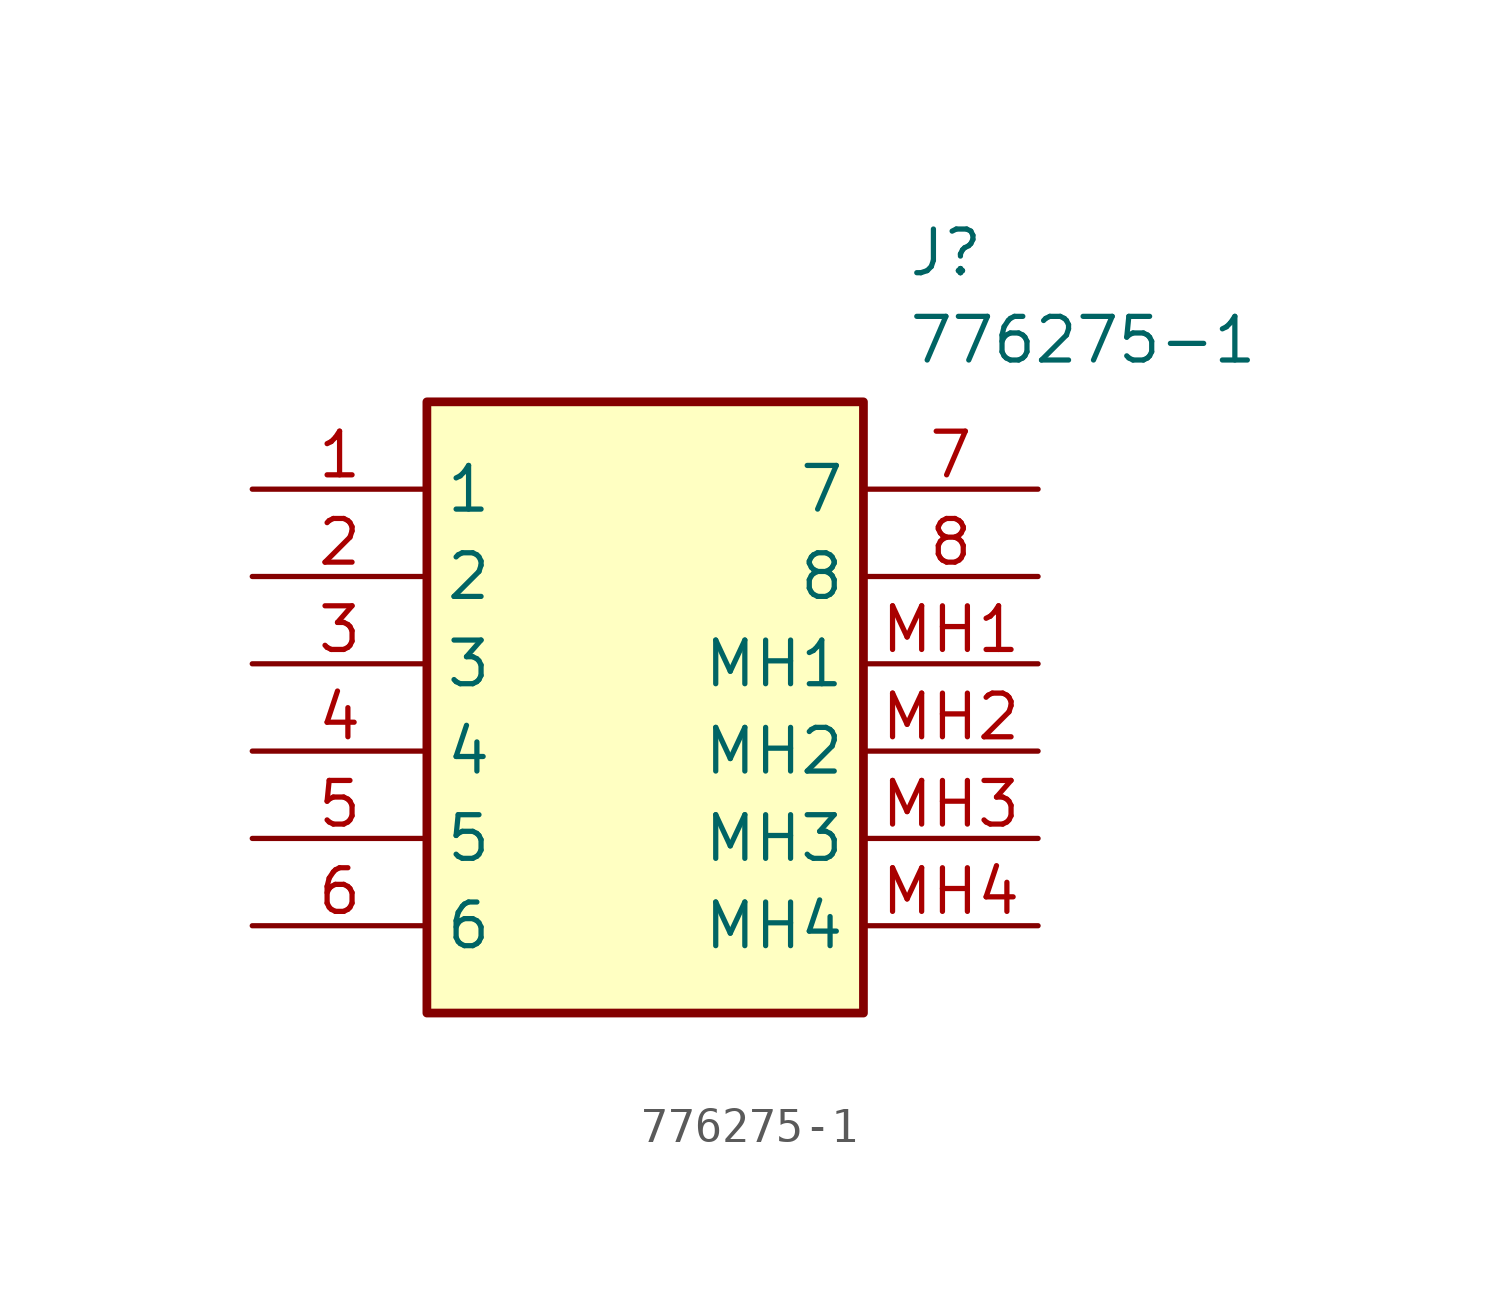
<source format=kicad_sym>
(kicad_symbol_lib
  (version 20211014)
  (generator SamacSys_ECAD_Model)
  (symbol "776275-1"
    (property "Reference" "J"
      (at 19.05 7.62 0)
      (effects (font (size 1.27 1.27)) (justify left top)))
    (property "Value" "776275-1"
      (at 19.05 5.08 0)
      (effects (font (size 1.27 1.27)) (justify left top)))
    (rectangle
      (start 5.08 2.54)
      (end 17.78 -15.24)
      (stroke (width 0.254) (type default))
      (fill (type background)))
    (pin passive line
      (at 0 0 0)
      (length 5.08)
      (name "1" (effects (font (size 1.27 1.27))))
      (number "1" (effects (font (size 1.27 1.27)))))
    (pin passive line
      (at 0 -2.54 0)
      (length 5.08)
      (name "2" (effects (font (size 1.27 1.27))))
      (number "2" (effects (font (size 1.27 1.27)))))
    (pin passive line
      (at 0 -5.08 0)
      (length 5.08)
      (name "3" (effects (font (size 1.27 1.27))))
      (number "3" (effects (font (size 1.27 1.27)))))
    (pin passive line
      (at 0 -7.62 0)
      (length 5.08)
      (name "4" (effects (font (size 1.27 1.27))))
      (number "4" (effects (font (size 1.27 1.27)))))
    (pin passive line
      (at 0 -10.16 0)
      (length 5.08)
      (name "5" (effects (font (size 1.27 1.27))))
      (number "5" (effects (font (size 1.27 1.27)))))
    (pin passive line
      (at 0 -12.7 0)
      (length 5.08)
      (name "6" (effects (font (size 1.27 1.27))))
      (number "6" (effects (font (size 1.27 1.27)))))
    (pin passive line
      (at 22.86 0 180)
      (length 5.08)
      (name "7" (effects (font (size 1.27 1.27))))
      (number "7" (effects (font (size 1.27 1.27)))))
    (pin passive line
      (at 22.86 -2.54 180)
      (length 5.08)
      (name "8" (effects (font (size 1.27 1.27))))
      (number "8" (effects (font (size 1.27 1.27)))))
    (pin passive line
      (at 22.86 -5.08 180)
      (length 5.08)
      (name "MH1" (effects (font (size 1.27 1.27))))
      (number "MH1" (effects (font (size 1.27 1.27)))))
    (pin passive line
      (at 22.86 -7.62 180)
      (length 5.08)
      (name "MH2" (effects (font (size 1.27 1.27))))
      (number "MH2" (effects (font (size 1.27 1.27)))))
    (pin passive line
      (at 22.86 -10.16 180)
      (length 5.08)
      (name "MH3" (effects (font (size 1.27 1.27))))
      (number "MH3" (effects (font (size 1.27 1.27)))))
    (pin passive line
      (at 22.86 -12.7 180)
      (length 5.08)
      (name "MH4" (effects (font (size 1.27 1.27))))
      (number "MH4" (effects (font (size 1.27 1.27)))))))
</source>
